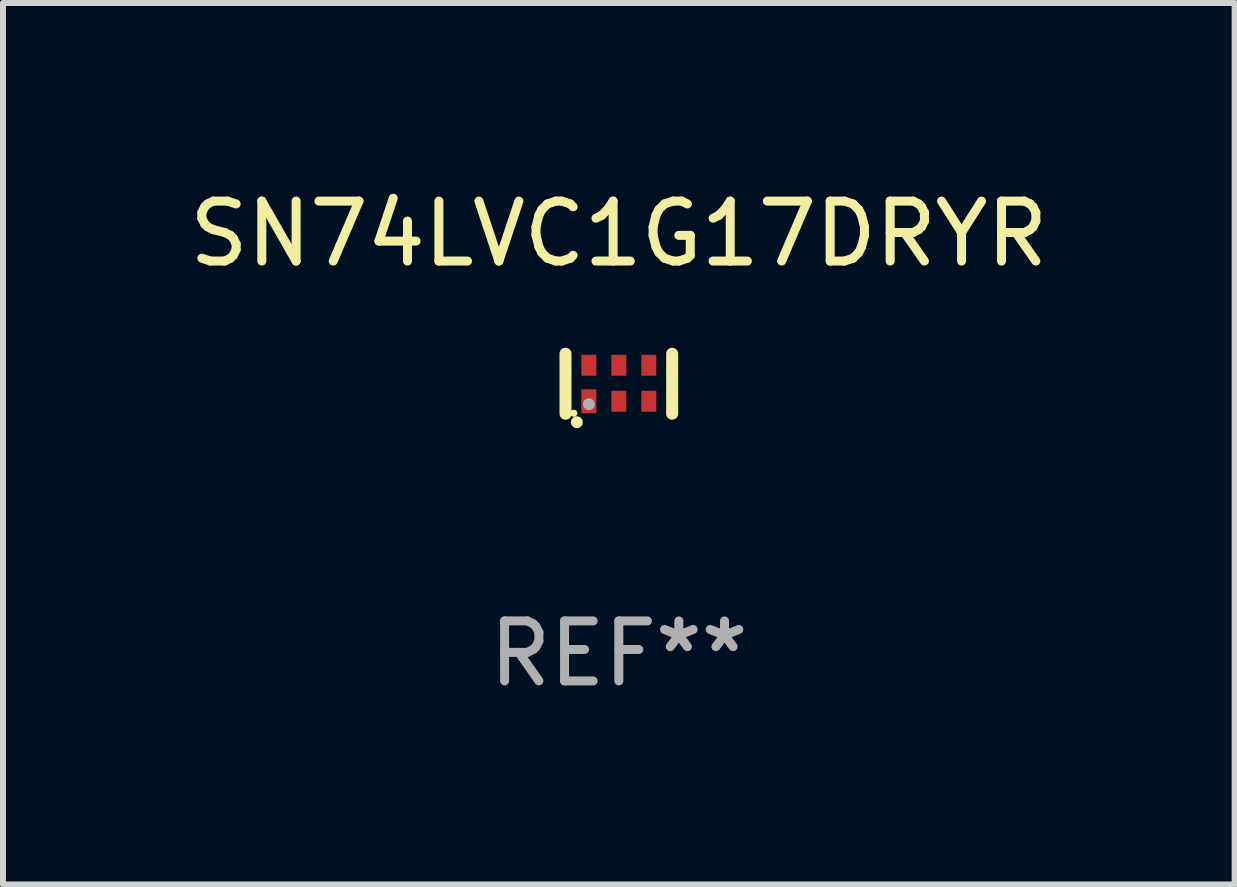
<source format=kicad_pcb>
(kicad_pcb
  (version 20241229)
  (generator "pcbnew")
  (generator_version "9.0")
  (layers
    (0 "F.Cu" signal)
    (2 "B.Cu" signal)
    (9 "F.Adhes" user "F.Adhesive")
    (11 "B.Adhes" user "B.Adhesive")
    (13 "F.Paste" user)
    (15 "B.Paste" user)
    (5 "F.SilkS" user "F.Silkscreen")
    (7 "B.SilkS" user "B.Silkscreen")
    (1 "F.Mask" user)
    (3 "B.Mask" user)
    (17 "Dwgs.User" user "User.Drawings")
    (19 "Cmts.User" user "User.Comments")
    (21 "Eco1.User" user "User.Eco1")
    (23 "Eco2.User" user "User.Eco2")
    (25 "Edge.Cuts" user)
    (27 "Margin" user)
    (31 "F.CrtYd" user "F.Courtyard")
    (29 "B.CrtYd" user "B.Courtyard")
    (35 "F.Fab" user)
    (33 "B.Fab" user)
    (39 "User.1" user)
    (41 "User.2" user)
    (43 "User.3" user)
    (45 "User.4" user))
  (footprint "SN74LVC1G17DRYR"
    (layer "F.Cu")
    (at 7.268 3.348)
    (property "Reference" "SN74LVC1G17DRYR" (at 0 -2.5 0) (layer "F.SilkS") (effects (font (size 1 1) (thickness 0.15))))
    (attr through_hole)
    (fp_line (start -0.889 0.5) (end -0.889 -0.5) (stroke (width 0.2) (type solid)) (layer "F.SilkS"))
    (fp_line (start 0.889 0.5) (end 0.889 -0.5) (stroke (width 0.2) (type solid)) (layer "F.SilkS"))
    (fp_circle (center -0.75 0.492) (end -0.72 0.492) (stroke (width 0.06) (type solid)) (fill no) (layer "F.SilkS"))
    (fp_circle (center -0.7 0.642) (end -0.65 0.642) (stroke (width 0.1) (type solid)) (fill no) (layer "F.SilkS"))
    (fp_circle (center -0.5 0.342) (end -0.45 0.342) (stroke (width 0.1) (type solid)) (fill no) (layer "F.Fab"))
    (fp_text user "REF**" (at 0 4.5 0) (layer "F.Fab") (effects (font (size 1 1) (thickness 0.15))))
    (pad "1" smd rect (at -0.5 0.292) (size 0.25 0.4) (layers "F.Cu" "F.Mask" "F.Paste"))
    (pad "2" smd rect (at -0.000127 0.292) (size 0.25 0.35) (layers "F.Cu" "F.Mask" "F.Paste"))
    (pad "3" smd rect (at 0.5 0.292) (size 0.25 0.35) (layers "F.Cu" "F.Mask" "F.Paste"))
    (pad "4" smd rect (at 0.5 -0.308 180) (size 0.25 0.35) (layers "F.Cu" "F.Mask" "F.Paste"))
    (pad "5" smd rect (at -0.000127 -0.308 180) (size 0.25 0.35) (layers "F.Cu" "F.Mask" "F.Paste"))
    (pad "6" smd rect (at -0.5 -0.308 180) (size 0.25 0.35) (layers "F.Cu" "F.Mask" "F.Paste")))
  (gr_rect
    (start -3 -3)
    (end 17.536 11.697)
    (stroke (width 0.1) (type default))
    (fill no)
    (layer "Edge.Cuts")))
</source>
